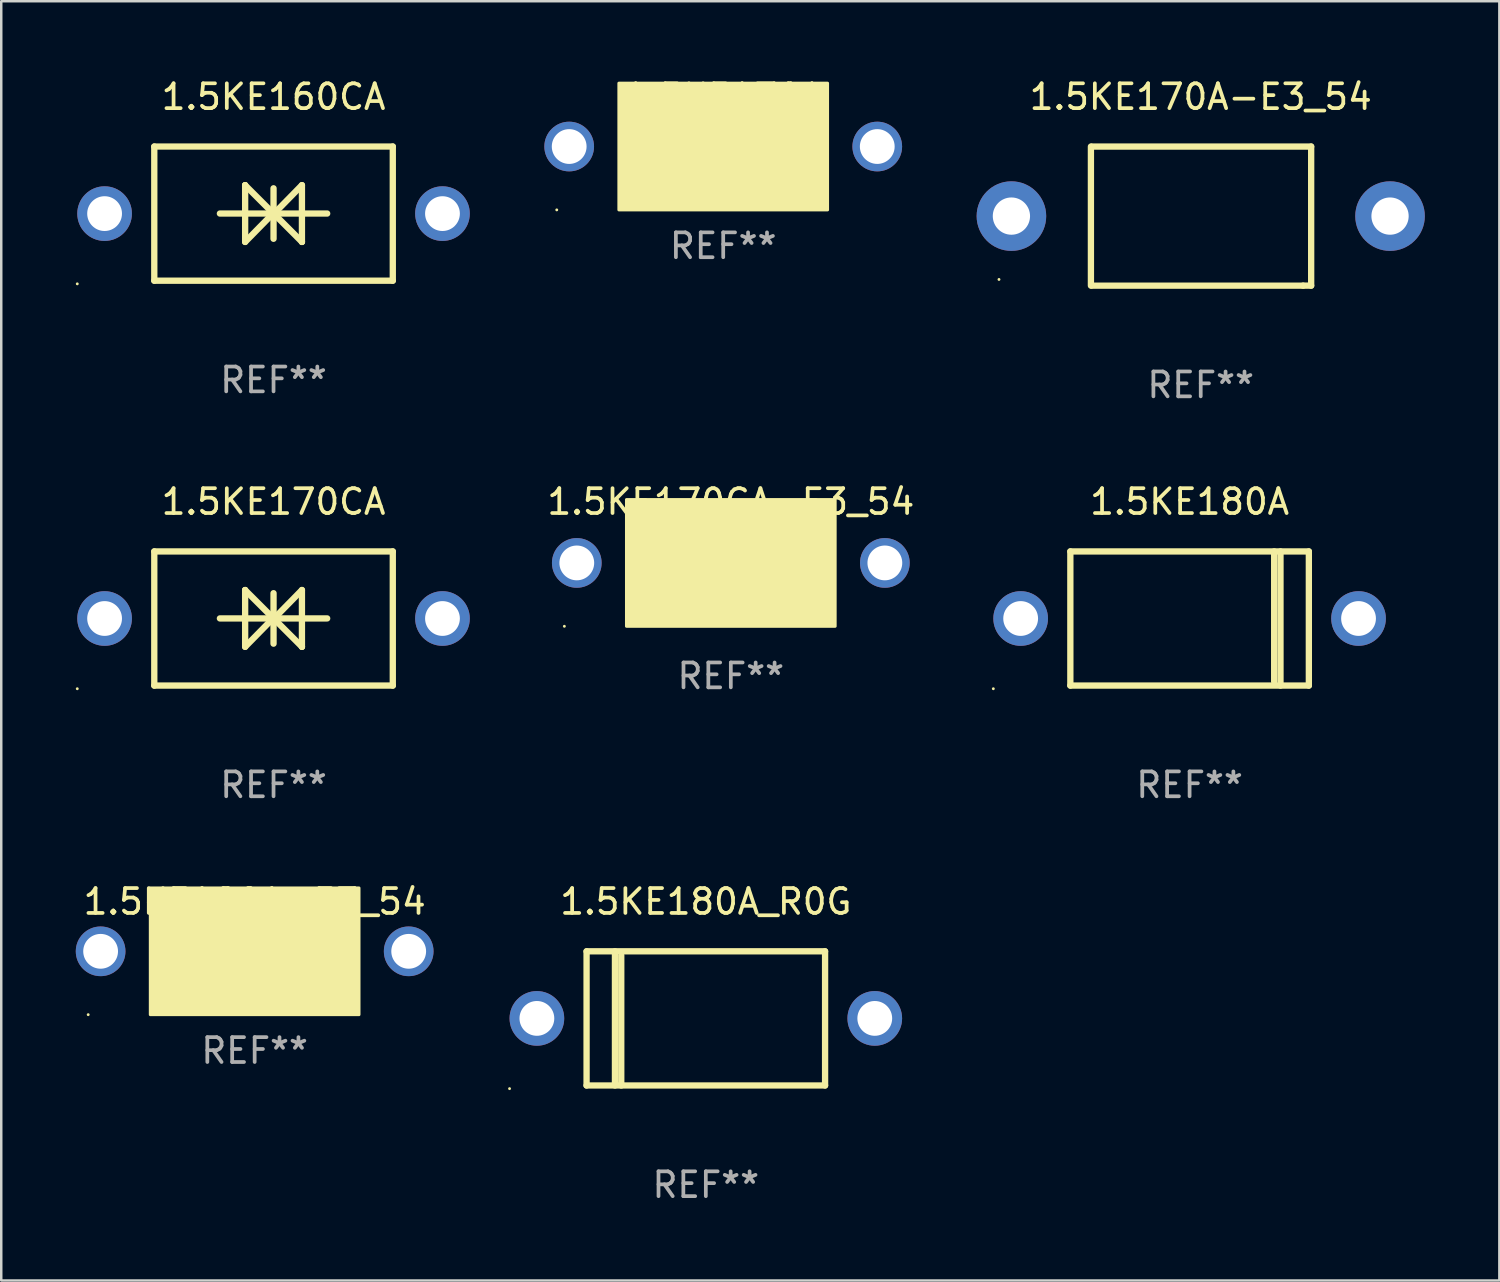
<source format=kicad_pcb>
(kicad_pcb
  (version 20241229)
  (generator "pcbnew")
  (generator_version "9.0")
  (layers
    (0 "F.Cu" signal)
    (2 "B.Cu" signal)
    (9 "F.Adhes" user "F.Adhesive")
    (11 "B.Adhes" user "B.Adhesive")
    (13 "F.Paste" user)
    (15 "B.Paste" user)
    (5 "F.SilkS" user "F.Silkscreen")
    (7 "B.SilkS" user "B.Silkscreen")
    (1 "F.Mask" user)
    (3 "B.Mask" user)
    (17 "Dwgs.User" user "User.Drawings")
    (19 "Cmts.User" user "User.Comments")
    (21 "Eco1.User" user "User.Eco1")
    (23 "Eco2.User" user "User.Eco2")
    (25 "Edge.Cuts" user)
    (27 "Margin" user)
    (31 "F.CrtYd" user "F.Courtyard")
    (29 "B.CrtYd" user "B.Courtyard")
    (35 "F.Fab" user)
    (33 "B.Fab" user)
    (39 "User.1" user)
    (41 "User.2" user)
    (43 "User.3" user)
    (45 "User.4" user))
  (footprint "1.5KE180A_R0G"
    (layer "F.Cu")
    (at 25.36 37.941)
    (property "Reference" "1.5KE180A_R0G" (at 0 -4.7 0) (layer "F.SilkS") (effects (font (size 1 1) (thickness 0.15))))
    (attr through_hole)
    (fp_line (start -4.8 -2.7) (end 4.8 -2.7) (stroke (width 0.254) (type solid)) (layer "F.SilkS"))
    (fp_line (start -4.8 2.7) (end -4.8 -2.7) (stroke (width 0.254) (type solid)) (layer "F.SilkS"))
    (fp_line (start -3.658 2.7) (end -3.658 -2.7) (stroke (width 0.254) (type solid)) (layer "F.SilkS"))
    (fp_line (start -3.404 2.7) (end -3.404 -2.54) (stroke (width 0.254) (type solid)) (layer "F.SilkS"))
    (fp_line (start 4.8 2.7) (end -4.8 2.7) (stroke (width 0.254) (type solid)) (layer "F.SilkS"))
    (fp_line (start 4.8 2.7) (end 4.8 -2.7) (stroke (width 0.254) (type solid)) (layer "F.SilkS"))
    (fp_circle (center -7.9 2.827) (end -7.87 2.827) (stroke (width 0.06) (type solid)) (fill no) (layer "F.SilkS"))
    (fp_text user "REF**" (at 0 6.7 0) (layer "F.Fab") (effects (font (size 1 1) (thickness 0.15))))
    (pad "1" thru_hole circle (at -6.8 0) (size 2.2 2.2) (drill 1.4) (layers "*.Cu" "*.Mask"))
    (pad "2" thru_hole circle (at 6.8 0) (size 2.2 2.2) (drill 1.4) (layers "*.Cu" "*.Mask")))
  (footprint "1.5KE170CA"
    (layer "F.Cu")
    (at 7.96 21.845)
    (property "Reference" "1.5KE170CA" (at 0 -4.7 0) (layer "F.SilkS") (effects (font (size 1 1) (thickness 0.15))))
    (attr through_hole)
    (fp_line (start -4.8 -2.7) (end -4.8 2.7) (stroke (width 0.254) (type solid)) (layer "F.SilkS"))
    (fp_line (start -4.8 -2.7) (end 4.8 -2.7) (stroke (width 0.254) (type solid)) (layer "F.SilkS"))
    (fp_line (start -2.159 -0.003) (end 2.159 -0.003) (stroke (width 0.254) (type solid)) (layer "F.SilkS"))
    (fp_line (start -1.143 -1.146) (end -1.143 1.14) (stroke (width 0.254) (type solid)) (layer "F.SilkS"))
    (fp_line (start -1.143 -1.143) (end -1.143 -1.146) (stroke (width 0.254) (type solid)) (layer "F.SilkS"))
    (fp_line (start 0 -1.019) (end 0 1.013) (stroke (width 0.254) (type solid)) (layer "F.SilkS"))
    (fp_line (start 0 -0.026) (end -1.143 1.14) (stroke (width 0.254) (type solid)) (layer "F.SilkS"))
    (fp_line (start 0 -0.006) (end 1.143 1.137) (stroke (width 0.254) (type solid)) (layer "F.SilkS"))
    (fp_line (start 0 0) (end -1.143 -1.143) (stroke (width 0.254) (type solid)) (layer "F.SilkS"))
    (fp_line (start 0 0.02) (end 1.143 -1.146) (stroke (width 0.254) (type solid)) (layer "F.SilkS"))
    (fp_line (start 1.143 1.137) (end 1.143 1.14) (stroke (width 0.254) (type solid)) (layer "F.SilkS"))
    (fp_line (start 1.143 1.14) (end 1.143 -1.146) (stroke (width 0.254) (type solid)) (layer "F.SilkS"))
    (fp_line (start 4.8 -2.7) (end 4.8 2.7) (stroke (width 0.254) (type solid)) (layer "F.SilkS"))
    (fp_line (start 4.8 2.7) (end -4.8 2.7) (stroke (width 0.254) (type solid)) (layer "F.SilkS"))
    (fp_circle (center -7.9 2.827) (end -7.87 2.827) (stroke (width 0.06) (type solid)) (fill no) (layer "F.SilkS"))
    (fp_text user "REF**" (at 0 6.7 0) (layer "F.Fab") (effects (font (size 1 1) (thickness 0.15))))
    (pad "1" thru_hole circle (at -6.8 0) (size 2.2 2.2) (drill 1.4) (layers "*.Cu" "*.Mask"))
    (pad "2" thru_hole circle (at 6.8 0) (size 2.2 2.2) (drill 1.4) (layers "*.Cu" "*.Mask")))
  (footprint "1.5KE180A"
    (layer "F.Cu")
    (at 44.832 21.845)
    (property "Reference" "1.5KE180A" (at 0 -4.7 0) (layer "F.SilkS") (effects (font (size 1 1) (thickness 0.15))))
    (attr through_hole)
    (fp_line (start -4.8 -2.7) (end -4.8 2.7) (stroke (width 0.254) (type solid)) (layer "F.SilkS"))
    (fp_line (start -4.8 -2.7) (end 4.8 -2.7) (stroke (width 0.254) (type solid)) (layer "F.SilkS"))
    (fp_line (start 3.404 -2.7) (end 3.404 2.54) (stroke (width 0.254) (type solid)) (layer "F.SilkS"))
    (fp_line (start 3.658 -2.7) (end 3.658 2.7) (stroke (width 0.254) (type solid)) (layer "F.SilkS"))
    (fp_line (start 4.8 -2.7) (end 4.8 2.7) (stroke (width 0.254) (type solid)) (layer "F.SilkS"))
    (fp_line (start 4.8 2.7) (end -4.8 2.7) (stroke (width 0.254) (type solid)) (layer "F.SilkS"))
    (fp_circle (center -7.9 2.827) (end -7.87 2.827) (stroke (width 0.06) (type solid)) (fill no) (layer "F.SilkS"))
    (fp_text user "REF**" (at 0 6.7 0) (layer "F.Fab") (effects (font (size 1 1) (thickness 0.15))))
    (pad "1" thru_hole circle (at -6.8 0) (size 2.2 2.2) (drill 1.4) (layers "*.Cu" "*.Mask"))
    (pad "2" thru_hole circle (at 6.8 0) (size 2.2 2.2) (drill 1.4) (layers "*.Cu" "*.Mask")))
  (footprint "1.5KE170A-E3_54"
    (layer "F.Cu")
    (at 45.28 5.648)
    (property "Reference" "1.5KE170A-E3_54" (at 0 -4.8 0) (layer "F.SilkS") (effects (font (size 1 1) (thickness 0.15))))
    (attr through_hole)
    (fp_line (start -4.42 2.8) (end -4.42 -2.8) (stroke (width 0.254) (type solid)) (layer "F.SilkS"))
    (fp_line (start -4.379 -2.799) (end 4.445 -2.799) (stroke (width 0.254) (type solid)) (layer "F.SilkS"))
    (fp_line (start 4.12 2.8) (end -4.38 2.8) (stroke (width 0.254) (type solid)) (layer "F.SilkS"))
    (fp_line (start 4.445 -2.799) (end 4.445 2.799) (stroke (width 0.254) (type solid)) (layer "F.SilkS"))
    (fp_line (start 4.445 2.799) (end 4.12 2.799) (stroke (width 0.254) (type solid)) (layer "F.SilkS"))
    (fp_circle (center -8.12 2.55) (end -8.09 2.55) (stroke (width 0.06) (type solid)) (fill no) (layer "F.SilkS"))
    (fp_text user "REF**" (at 0 6.8 0) (layer "F.Fab") (effects (font (size 1 1) (thickness 0.15))))
    (pad "1" thru_hole circle (at -7.62 0) (size 2.8 2.8) (drill 1.5) (layers "*.Cu" "*.Mask"))
    (pad "2" thru_hole circle (at 7.62 0) (size 2.8 2.8) (drill 1.5) (layers "*.Cu" "*.Mask")))
  (footprint "1.5KE170A"
    (layer "F.Cu")
    (at 26.06 2.848)
    (property "Reference" "1.5KE170A" (at 0 -2 0) (layer "F.SilkS") (effects (font (size 1 1) (thickness 0.15))))
    (attr through_hole)
    (fp_circle (center -6.7 2.55) (end -6.67 2.55) (stroke (width 0.06) (type solid)) (fill no) (layer "F.SilkS"))
    (fp_poly (pts (xy -4.2 -2.55) (xy 4.2 -2.55) (xy 4.2 2.55) (xy -4.2 2.55)) (stroke (width 0.12) (type solid)) (fill yes) (layer "F.SilkS"))
    (fp_text user "REF**" (at 0 4 0) (layer "F.Fab") (effects (font (size 1 1) (thickness 0.15))))
    (pad "1" thru_hole circle (at -6.2 0) (size 2 2) (drill 1.4) (layers "*.Cu" "*.Mask"))
    (pad "2" thru_hole circle (at 6.2 0) (size 2 2) (drill 1.4) (layers "*.Cu" "*.Mask")))
  (footprint "1.5KE160CA"
    (layer "F.Cu")
    (at 7.96 5.548)
    (property "Reference" "1.5KE160CA" (at 0 -4.7 0) (layer "F.SilkS") (effects (font (size 1 1) (thickness 0.15))))
    (attr through_hole)
    (fp_line (start -4.8 -2.7) (end -4.8 2.7) (stroke (width 0.254) (type solid)) (layer "F.SilkS"))
    (fp_line (start -4.8 -2.7) (end 4.8 -2.7) (stroke (width 0.254) (type solid)) (layer "F.SilkS"))
    (fp_line (start -2.159 -0.003) (end 2.159 -0.003) (stroke (width 0.254) (type solid)) (layer "F.SilkS"))
    (fp_line (start -1.143 -1.146) (end -1.143 1.14) (stroke (width 0.254) (type solid)) (layer "F.SilkS"))
    (fp_line (start -1.143 -1.143) (end -1.143 -1.146) (stroke (width 0.254) (type solid)) (layer "F.SilkS"))
    (fp_line (start 0 -1.019) (end 0 1.013) (stroke (width 0.254) (type solid)) (layer "F.SilkS"))
    (fp_line (start 0 -0.026) (end -1.143 1.14) (stroke (width 0.254) (type solid)) (layer "F.SilkS"))
    (fp_line (start 0 -0.006) (end 1.143 1.137) (stroke (width 0.254) (type solid)) (layer "F.SilkS"))
    (fp_line (start 0 0) (end -1.143 -1.143) (stroke (width 0.254) (type solid)) (layer "F.SilkS"))
    (fp_line (start 0 0.02) (end 1.143 -1.146) (stroke (width 0.254) (type solid)) (layer "F.SilkS"))
    (fp_line (start 1.143 1.137) (end 1.143 1.14) (stroke (width 0.254) (type solid)) (layer "F.SilkS"))
    (fp_line (start 1.143 1.14) (end 1.143 -1.146) (stroke (width 0.254) (type solid)) (layer "F.SilkS"))
    (fp_line (start 4.8 -2.7) (end 4.8 2.7) (stroke (width 0.254) (type solid)) (layer "F.SilkS"))
    (fp_line (start 4.8 2.7) (end -4.8 2.7) (stroke (width 0.254) (type solid)) (layer "F.SilkS"))
    (fp_circle (center -7.9 2.827) (end -7.87 2.827) (stroke (width 0.06) (type solid)) (fill no) (layer "F.SilkS"))
    (fp_text user "REF**" (at 0 6.7 0) (layer "F.Fab") (effects (font (size 1 1) (thickness 0.15))))
    (pad "1" thru_hole circle (at -6.8 0) (size 2.2 2.2) (drill 1.4) (layers "*.Cu" "*.Mask"))
    (pad "2" thru_hole circle (at 6.8 0) (size 2.2 2.2) (drill 1.4) (layers "*.Cu" "*.Mask")))
  (footprint "1.5KE180A-E3_54"
    (layer "F.Cu")
    (at 7.2 35.241)
    (property "Reference" "1.5KE180A-E3_54" (at 0 -2 0) (layer "F.SilkS") (effects (font (size 1 1) (thickness 0.15))))
    (attr through_hole)
    (fp_circle (center -6.7 2.55) (end -6.67 2.55) (stroke (width 0.06) (type solid)) (fill no) (layer "F.SilkS"))
    (fp_poly (pts (xy -4.2 -2.55) (xy 4.2 -2.55) (xy 4.2 2.55) (xy -4.2 2.55)) (stroke (width 0.12) (type solid)) (fill yes) (layer "F.SilkS"))
    (fp_text user "REF**" (at 0 4 0) (layer "F.Fab") (effects (font (size 1 1) (thickness 0.15))))
    (pad "1" thru_hole circle (at -6.2 0) (size 2 2) (drill 1.4) (layers "*.Cu" "*.Mask"))
    (pad "2" thru_hole circle (at 6.2 0) (size 2 2) (drill 1.4) (layers "*.Cu" "*.Mask")))
  (footprint "1.5KE170CA-E3_54"
    (layer "F.Cu")
    (at 26.366 19.653)
    (property "Reference" "1.5KE170CA-E3_54" (at 0 -2.508 0) (layer "F.SilkS") (effects (font (size 1 1) (thickness 0.15))))
    (attr through_hole)
    (fp_line (start -1.498 0) (end 0.534 0) (stroke (width 0.254) (type solid)) (layer "F.SilkS"))
    (fp_line (start -0.99 -0.508) (end -0.99 0.508) (stroke (width 0.254) (type solid)) (layer "F.SilkS"))
    (fp_line (start -0.99 0.508) (end 0.026 0) (stroke (width 0.254) (type solid)) (layer "F.SilkS"))
    (fp_line (start 0.026 -0.508) (end 0.026 0.508) (stroke (width 0.254) (type solid)) (layer "F.SilkS"))
    (fp_line (start 0.026 0) (end -0.99 -0.508) (stroke (width 0.254) (type solid)) (layer "F.SilkS"))
    (fp_line (start 0.026 0) (end 0.026 -0.508) (stroke (width 0.254) (type solid)) (layer "F.SilkS"))
    (fp_line (start 0.038 0) (end 0.038 0.508) (stroke (width 0.254) (type solid)) (layer "F.SilkS"))
    (fp_line (start 0.038 0) (end 1.054 0.508) (stroke (width 0.254) (type solid)) (layer "F.SilkS"))
    (fp_line (start 0.038 0.508) (end 0.038 -0.508) (stroke (width 0.254) (type solid)) (layer "F.SilkS"))
    (fp_line (start 1.054 -0.508) (end 0.038 0) (stroke (width 0.254) (type solid)) (layer "F.SilkS"))
    (fp_line (start 1.054 0.508) (end 1.054 -0.508) (stroke (width 0.254) (type solid)) (layer "F.SilkS"))
    (fp_line (start 1.562 0) (end -0.47 0) (stroke (width 0.254) (type solid)) (layer "F.SilkS"))
    (fp_circle (center -6.7 2.505) (end -6.67 2.505) (stroke (width 0.06) (type solid)) (fill no) (layer "F.SilkS"))
    (fp_poly (pts (xy -4.2 -2.595) (xy 4.2 -2.595) (xy 4.2 2.505) (xy -4.2 2.505)) (stroke (width 0.12) (type solid)) (fill yes) (layer "F.SilkS"))
    (fp_text user "REF**" (at 0 4.508 0) (layer "F.Fab") (effects (font (size 1 1) (thickness 0.15))))
    (pad "1" thru_hole circle (at -6.2 -0.045) (size 2 2) (drill 1.4) (layers "*.Cu" "*.Mask"))
    (pad "2" thru_hole circle (at 6.2 -0.045) (size 2 2) (drill 1.4) (layers "*.Cu" "*.Mask")))
  (gr_rect
    (start -3 -3)
    (end 57.3 48.49)
    (stroke (width 0.1) (type default))
    (fill no)
    (layer "Edge.Cuts")))
</source>
